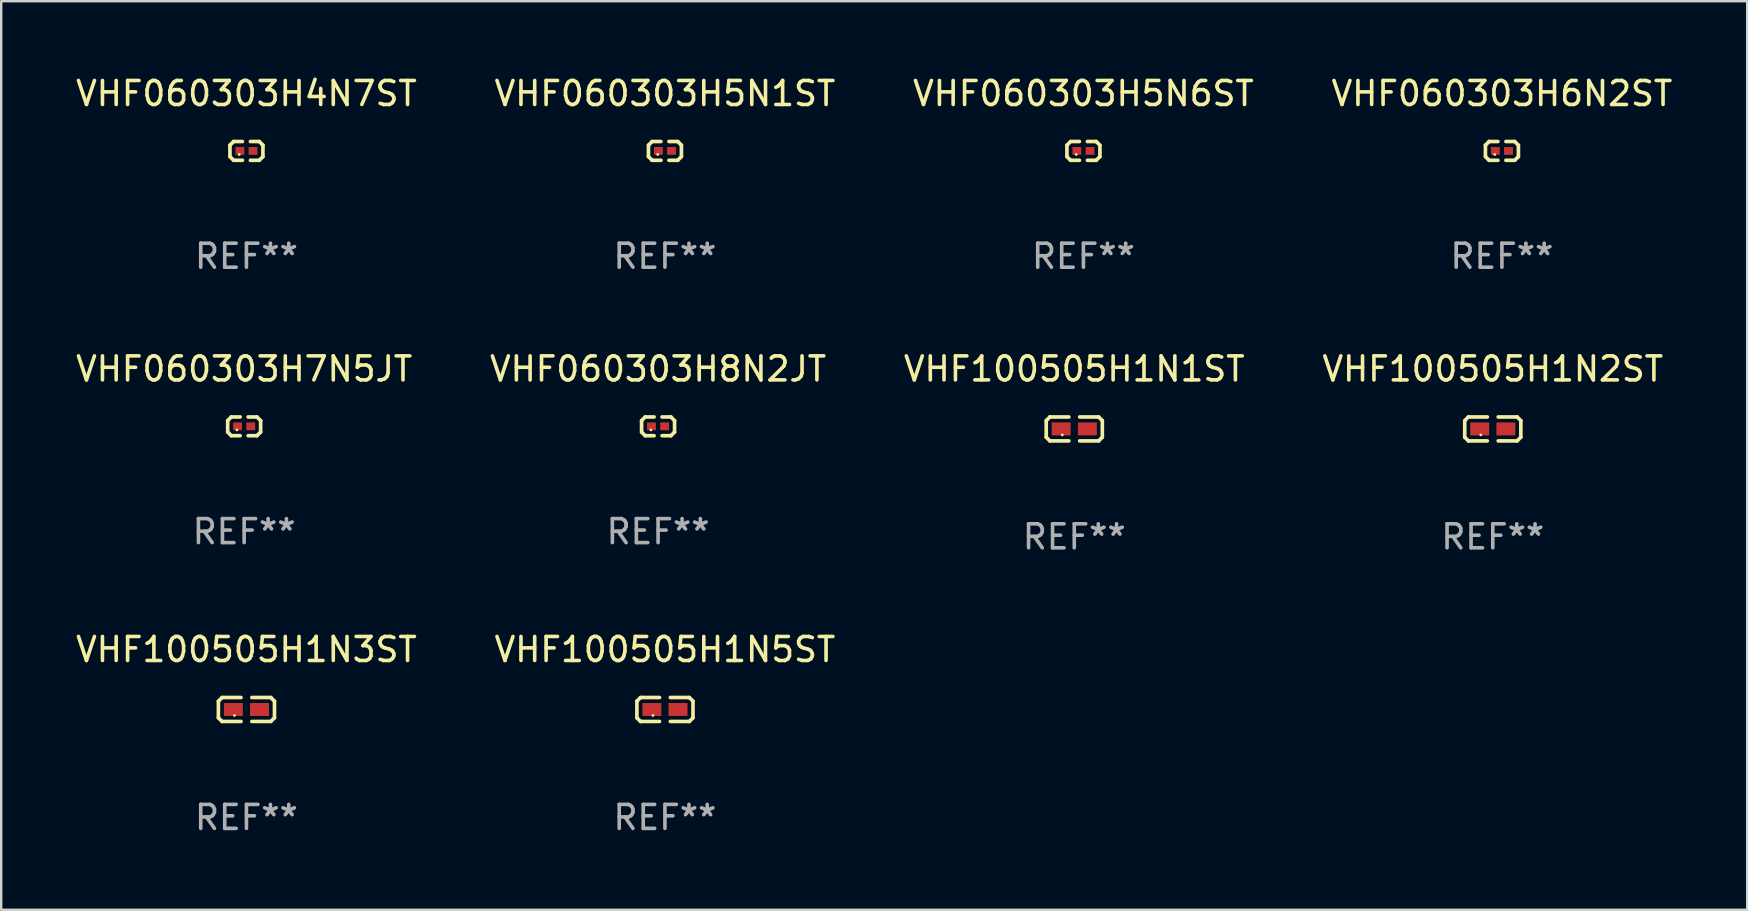
<source format=kicad_pcb>
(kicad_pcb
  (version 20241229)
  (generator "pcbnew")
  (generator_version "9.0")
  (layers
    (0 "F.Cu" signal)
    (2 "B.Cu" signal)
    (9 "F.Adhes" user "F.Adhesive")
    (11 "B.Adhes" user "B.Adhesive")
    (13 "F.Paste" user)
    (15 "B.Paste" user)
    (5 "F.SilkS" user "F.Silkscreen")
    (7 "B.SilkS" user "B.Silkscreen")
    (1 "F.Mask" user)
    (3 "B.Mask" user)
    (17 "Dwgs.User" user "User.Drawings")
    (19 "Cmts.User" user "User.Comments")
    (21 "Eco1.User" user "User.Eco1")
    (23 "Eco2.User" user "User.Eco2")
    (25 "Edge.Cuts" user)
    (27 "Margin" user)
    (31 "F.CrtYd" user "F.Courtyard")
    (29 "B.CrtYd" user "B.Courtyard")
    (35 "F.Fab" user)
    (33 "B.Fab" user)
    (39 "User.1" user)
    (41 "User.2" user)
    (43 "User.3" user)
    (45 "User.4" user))
  (footprint "VHF100505H1N3ST"
    (layer "F.Cu")
    (at 7.22 26.518)
    (property "Reference" "VHF100505H1N3ST" (at 0 -2.499 0) (layer "F.SilkS") (effects (font (size 1 1) (thickness 0.15))))
    (attr through_hole)
    (fp_line (start -1.169 -0.346) (end -1.016 -0.499) (stroke (width 0.152) (type solid)) (layer "F.SilkS"))
    (fp_line (start -1.169 0.346) (end -1.169 -0.346) (stroke (width 0.152) (type solid)) (layer "F.SilkS"))
    (fp_line (start -1.016 -0.499) (end -0.226 -0.499) (stroke (width 0.152) (type solid)) (layer "F.SilkS"))
    (fp_line (start -1.016 0.499) (end -1.169 0.346) (stroke (width 0.152) (type solid)) (layer "F.SilkS"))
    (fp_line (start -0.226 0.499) (end -1.016 0.499) (stroke (width 0.152) (type solid)) (layer "F.SilkS"))
    (fp_line (start 0.226 0.499) (end 1.016 0.499) (stroke (width 0.152) (type solid)) (layer "F.SilkS"))
    (fp_line (start 1.016 -0.499) (end 0.226 -0.499) (stroke (width 0.152) (type solid)) (layer "F.SilkS"))
    (fp_line (start 1.016 0.499) (end 1.169 0.346) (stroke (width 0.152) (type solid)) (layer "F.SilkS"))
    (fp_line (start 1.169 -0.346) (end 1.016 -0.499) (stroke (width 0.152) (type solid)) (layer "F.SilkS"))
    (fp_line (start 1.169 0.346) (end 1.169 -0.346) (stroke (width 0.152) (type solid)) (layer "F.SilkS"))
    (fp_circle (center -0.5 0.25) (end -0.47 0.25) (stroke (width 0.06) (type solid)) (fill no) (layer "F.SilkS"))
    (fp_text user "REF**" (at 0 4.499 0) (layer "F.Fab") (effects (font (size 1 1) (thickness 0.15))))
    (pad "1" smd rect (at -0.545 0) (size 0.79 0.54) (layers "F.Cu" "F.Mask" "F.Paste"))
    (pad "2" smd rect (at 0.545 0) (size 0.79 0.54) (layers "F.Cu" "F.Mask" "F.Paste")))
  (footprint "VHF060303H7N5JT"
    (layer "F.Cu")
    (at 7.125 14.717)
    (property "Reference" "VHF060303H7N5JT" (at 0 -2.391 0) (layer "F.SilkS") (effects (font (size 1 1) (thickness 0.15))))
    (attr through_hole)
    (fp_line (start -0.687 -0.238) (end -0.535 -0.391) (stroke (width 0.152) (type solid)) (layer "F.SilkS"))
    (fp_line (start -0.687 0.238) (end -0.687 -0.238) (stroke (width 0.152) (type solid)) (layer "F.SilkS"))
    (fp_line (start -0.535 -0.391) (end -0.166 -0.391) (stroke (width 0.152) (type solid)) (layer "F.SilkS"))
    (fp_line (start -0.535 0.391) (end -0.687 0.238) (stroke (width 0.152) (type solid)) (layer "F.SilkS"))
    (fp_line (start -0.166 0.391) (end -0.535 0.391) (stroke (width 0.152) (type solid)) (layer "F.SilkS"))
    (fp_line (start 0.166 0.391) (end 0.535 0.391) (stroke (width 0.152) (type solid)) (layer "F.SilkS"))
    (fp_line (start 0.535 -0.391) (end 0.166 -0.391) (stroke (width 0.152) (type solid)) (layer "F.SilkS"))
    (fp_line (start 0.535 0.391) (end 0.687 0.238) (stroke (width 0.152) (type solid)) (layer "F.SilkS"))
    (fp_line (start 0.687 -0.238) (end 0.535 -0.391) (stroke (width 0.152) (type solid)) (layer "F.SilkS"))
    (fp_line (start 0.687 0.238) (end 0.687 -0.238) (stroke (width 0.152) (type solid)) (layer "F.SilkS"))
    (fp_circle (center -0.3 0.15) (end -0.27 0.15) (stroke (width 0.06) (type solid)) (fill no) (layer "F.SilkS"))
    (fp_text user "REF**" (at 0 4.391 0) (layer "F.Fab") (effects (font (size 1 1) (thickness 0.15))))
    (pad "1" smd rect (at -0.274 0) (size 0.368 0.324) (layers "F.Cu" "F.Mask" "F.Paste"))
    (pad "2" smd rect (at 0.274 0) (size 0.368 0.324) (layers "F.Cu" "F.Mask" "F.Paste")))
  (footprint "VHF060303H4N7ST"
    (layer "F.Cu")
    (at 7.22 3.239)
    (property "Reference" "VHF060303H4N7ST" (at 0 -2.391 0) (layer "F.SilkS") (effects (font (size 1 1) (thickness 0.15))))
    (attr through_hole)
    (fp_line (start -0.687 -0.238) (end -0.535 -0.391) (stroke (width 0.152) (type solid)) (layer "F.SilkS"))
    (fp_line (start -0.687 0.238) (end -0.687 -0.238) (stroke (width 0.152) (type solid)) (layer "F.SilkS"))
    (fp_line (start -0.535 -0.391) (end -0.166 -0.391) (stroke (width 0.152) (type solid)) (layer "F.SilkS"))
    (fp_line (start -0.535 0.391) (end -0.687 0.238) (stroke (width 0.152) (type solid)) (layer "F.SilkS"))
    (fp_line (start -0.166 0.391) (end -0.535 0.391) (stroke (width 0.152) (type solid)) (layer "F.SilkS"))
    (fp_line (start 0.166 0.391) (end 0.535 0.391) (stroke (width 0.152) (type solid)) (layer "F.SilkS"))
    (fp_line (start 0.535 -0.391) (end 0.166 -0.391) (stroke (width 0.152) (type solid)) (layer "F.SilkS"))
    (fp_line (start 0.535 0.391) (end 0.687 0.238) (stroke (width 0.152) (type solid)) (layer "F.SilkS"))
    (fp_line (start 0.687 -0.238) (end 0.535 -0.391) (stroke (width 0.152) (type solid)) (layer "F.SilkS"))
    (fp_line (start 0.687 0.238) (end 0.687 -0.238) (stroke (width 0.152) (type solid)) (layer "F.SilkS"))
    (fp_circle (center -0.3 0.15) (end -0.27 0.15) (stroke (width 0.06) (type solid)) (fill no) (layer "F.SilkS"))
    (fp_text user "REF**" (at 0 4.391 0) (layer "F.Fab") (effects (font (size 1 1) (thickness 0.15))))
    (pad "1" smd rect (at -0.274 0) (size 0.368 0.324) (layers "F.Cu" "F.Mask" "F.Paste"))
    (pad "2" smd rect (at 0.274 0) (size 0.368 0.324) (layers "F.Cu" "F.Mask" "F.Paste")))
  (footprint "VHF100505H1N5ST"
    (layer "F.Cu")
    (at 24.661 26.518)
    (property "Reference" "VHF100505H1N5ST" (at 0 -2.499 0) (layer "F.SilkS") (effects (font (size 1 1) (thickness 0.15))))
    (attr through_hole)
    (fp_line (start -1.169 -0.346) (end -1.016 -0.499) (stroke (width 0.152) (type solid)) (layer "F.SilkS"))
    (fp_line (start -1.169 0.346) (end -1.169 -0.346) (stroke (width 0.152) (type solid)) (layer "F.SilkS"))
    (fp_line (start -1.016 -0.499) (end -0.226 -0.499) (stroke (width 0.152) (type solid)) (layer "F.SilkS"))
    (fp_line (start -1.016 0.499) (end -1.169 0.346) (stroke (width 0.152) (type solid)) (layer "F.SilkS"))
    (fp_line (start -0.226 0.499) (end -1.016 0.499) (stroke (width 0.152) (type solid)) (layer "F.SilkS"))
    (fp_line (start 0.226 0.499) (end 1.016 0.499) (stroke (width 0.152) (type solid)) (layer "F.SilkS"))
    (fp_line (start 1.016 -0.499) (end 0.226 -0.499) (stroke (width 0.152) (type solid)) (layer "F.SilkS"))
    (fp_line (start 1.016 0.499) (end 1.169 0.346) (stroke (width 0.152) (type solid)) (layer "F.SilkS"))
    (fp_line (start 1.169 -0.346) (end 1.016 -0.499) (stroke (width 0.152) (type solid)) (layer "F.SilkS"))
    (fp_line (start 1.169 0.346) (end 1.169 -0.346) (stroke (width 0.152) (type solid)) (layer "F.SilkS"))
    (fp_circle (center -0.5 0.25) (end -0.47 0.25) (stroke (width 0.06) (type solid)) (fill no) (layer "F.SilkS"))
    (fp_text user "REF**" (at 0 4.499 0) (layer "F.Fab") (effects (font (size 1 1) (thickness 0.15))))
    (pad "1" smd rect (at -0.545 0) (size 0.79 0.54) (layers "F.Cu" "F.Mask" "F.Paste"))
    (pad "2" smd rect (at 0.545 0) (size 0.79 0.54) (layers "F.Cu" "F.Mask" "F.Paste")))
  (footprint "VHF060303H8N2JT"
    (layer "F.Cu")
    (at 24.375 14.717)
    (property "Reference" "VHF060303H8N2JT" (at 0 -2.391 0) (layer "F.SilkS") (effects (font (size 1 1) (thickness 0.15))))
    (attr through_hole)
    (fp_line (start -0.687 -0.238) (end -0.535 -0.391) (stroke (width 0.152) (type solid)) (layer "F.SilkS"))
    (fp_line (start -0.687 0.238) (end -0.687 -0.238) (stroke (width 0.152) (type solid)) (layer "F.SilkS"))
    (fp_line (start -0.535 -0.391) (end -0.166 -0.391) (stroke (width 0.152) (type solid)) (layer "F.SilkS"))
    (fp_line (start -0.535 0.391) (end -0.687 0.238) (stroke (width 0.152) (type solid)) (layer "F.SilkS"))
    (fp_line (start -0.166 0.391) (end -0.535 0.391) (stroke (width 0.152) (type solid)) (layer "F.SilkS"))
    (fp_line (start 0.166 0.391) (end 0.535 0.391) (stroke (width 0.152) (type solid)) (layer "F.SilkS"))
    (fp_line (start 0.535 -0.391) (end 0.166 -0.391) (stroke (width 0.152) (type solid)) (layer "F.SilkS"))
    (fp_line (start 0.535 0.391) (end 0.687 0.238) (stroke (width 0.152) (type solid)) (layer "F.SilkS"))
    (fp_line (start 0.687 -0.238) (end 0.535 -0.391) (stroke (width 0.152) (type solid)) (layer "F.SilkS"))
    (fp_line (start 0.687 0.238) (end 0.687 -0.238) (stroke (width 0.152) (type solid)) (layer "F.SilkS"))
    (fp_circle (center -0.3 0.15) (end -0.27 0.15) (stroke (width 0.06) (type solid)) (fill no) (layer "F.SilkS"))
    (fp_text user "REF**" (at 0 4.391 0) (layer "F.Fab") (effects (font (size 1 1) (thickness 0.15))))
    (pad "1" smd rect (at -0.274 0) (size 0.368 0.324) (layers "F.Cu" "F.Mask" "F.Paste"))
    (pad "2" smd rect (at 0.274 0) (size 0.368 0.324) (layers "F.Cu" "F.Mask" "F.Paste")))
  (footprint "VHF100505H1N1ST"
    (layer "F.Cu")
    (at 41.72 14.825)
    (property "Reference" "VHF100505H1N1ST" (at 0 -2.499 0) (layer "F.SilkS") (effects (font (size 1 1) (thickness 0.15))))
    (attr through_hole)
    (fp_line (start -1.169 -0.346) (end -1.016 -0.499) (stroke (width 0.152) (type solid)) (layer "F.SilkS"))
    (fp_line (start -1.169 0.346) (end -1.169 -0.346) (stroke (width 0.152) (type solid)) (layer "F.SilkS"))
    (fp_line (start -1.016 -0.499) (end -0.226 -0.499) (stroke (width 0.152) (type solid)) (layer "F.SilkS"))
    (fp_line (start -1.016 0.499) (end -1.169 0.346) (stroke (width 0.152) (type solid)) (layer "F.SilkS"))
    (fp_line (start -0.226 0.499) (end -1.016 0.499) (stroke (width 0.152) (type solid)) (layer "F.SilkS"))
    (fp_line (start 0.226 0.499) (end 1.016 0.499) (stroke (width 0.152) (type solid)) (layer "F.SilkS"))
    (fp_line (start 1.016 -0.499) (end 0.226 -0.499) (stroke (width 0.152) (type solid)) (layer "F.SilkS"))
    (fp_line (start 1.016 0.499) (end 1.169 0.346) (stroke (width 0.152) (type solid)) (layer "F.SilkS"))
    (fp_line (start 1.169 -0.346) (end 1.016 -0.499) (stroke (width 0.152) (type solid)) (layer "F.SilkS"))
    (fp_line (start 1.169 0.346) (end 1.169 -0.346) (stroke (width 0.152) (type solid)) (layer "F.SilkS"))
    (fp_circle (center -0.5 0.25) (end -0.47 0.25) (stroke (width 0.06) (type solid)) (fill no) (layer "F.SilkS"))
    (fp_text user "REF**" (at 0 4.499 0) (layer "F.Fab") (effects (font (size 1 1) (thickness 0.15))))
    (pad "1" smd rect (at -0.545 0) (size 0.79 0.54) (layers "F.Cu" "F.Mask" "F.Paste"))
    (pad "2" smd rect (at 0.545 0) (size 0.79 0.54) (layers "F.Cu" "F.Mask" "F.Paste")))
  (footprint "VHF060303H5N1ST"
    (layer "F.Cu")
    (at 24.661 3.239)
    (property "Reference" "VHF060303H5N1ST" (at 0 -2.391 0) (layer "F.SilkS") (effects (font (size 1 1) (thickness 0.15))))
    (attr through_hole)
    (fp_line (start -0.687 -0.238) (end -0.535 -0.391) (stroke (width 0.152) (type solid)) (layer "F.SilkS"))
    (fp_line (start -0.687 0.238) (end -0.687 -0.238) (stroke (width 0.152) (type solid)) (layer "F.SilkS"))
    (fp_line (start -0.535 -0.391) (end -0.166 -0.391) (stroke (width 0.152) (type solid)) (layer "F.SilkS"))
    (fp_line (start -0.535 0.391) (end -0.687 0.238) (stroke (width 0.152) (type solid)) (layer "F.SilkS"))
    (fp_line (start -0.166 0.391) (end -0.535 0.391) (stroke (width 0.152) (type solid)) (layer "F.SilkS"))
    (fp_line (start 0.166 0.391) (end 0.535 0.391) (stroke (width 0.152) (type solid)) (layer "F.SilkS"))
    (fp_line (start 0.535 -0.391) (end 0.166 -0.391) (stroke (width 0.152) (type solid)) (layer "F.SilkS"))
    (fp_line (start 0.535 0.391) (end 0.687 0.238) (stroke (width 0.152) (type solid)) (layer "F.SilkS"))
    (fp_line (start 0.687 -0.238) (end 0.535 -0.391) (stroke (width 0.152) (type solid)) (layer "F.SilkS"))
    (fp_line (start 0.687 0.238) (end 0.687 -0.238) (stroke (width 0.152) (type solid)) (layer "F.SilkS"))
    (fp_circle (center -0.3 0.15) (end -0.27 0.15) (stroke (width 0.06) (type solid)) (fill no) (layer "F.SilkS"))
    (fp_text user "REF**" (at 0 4.391 0) (layer "F.Fab") (effects (font (size 1 1) (thickness 0.15))))
    (pad "1" smd rect (at -0.274 0) (size 0.368 0.324) (layers "F.Cu" "F.Mask" "F.Paste"))
    (pad "2" smd rect (at 0.274 0) (size 0.368 0.324) (layers "F.Cu" "F.Mask" "F.Paste")))
  (footprint "VHF100505H1N2ST"
    (layer "F.Cu")
    (at 59.161 14.825)
    (property "Reference" "VHF100505H1N2ST" (at 0 -2.499 0) (layer "F.SilkS") (effects (font (size 1 1) (thickness 0.15))))
    (attr through_hole)
    (fp_line (start -1.169 -0.346) (end -1.016 -0.499) (stroke (width 0.152) (type solid)) (layer "F.SilkS"))
    (fp_line (start -1.169 0.346) (end -1.169 -0.346) (stroke (width 0.152) (type solid)) (layer "F.SilkS"))
    (fp_line (start -1.016 -0.499) (end -0.226 -0.499) (stroke (width 0.152) (type solid)) (layer "F.SilkS"))
    (fp_line (start -1.016 0.499) (end -1.169 0.346) (stroke (width 0.152) (type solid)) (layer "F.SilkS"))
    (fp_line (start -0.226 0.499) (end -1.016 0.499) (stroke (width 0.152) (type solid)) (layer "F.SilkS"))
    (fp_line (start 0.226 0.499) (end 1.016 0.499) (stroke (width 0.152) (type solid)) (layer "F.SilkS"))
    (fp_line (start 1.016 -0.499) (end 0.226 -0.499) (stroke (width 0.152) (type solid)) (layer "F.SilkS"))
    (fp_line (start 1.016 0.499) (end 1.169 0.346) (stroke (width 0.152) (type solid)) (layer "F.SilkS"))
    (fp_line (start 1.169 -0.346) (end 1.016 -0.499) (stroke (width 0.152) (type solid)) (layer "F.SilkS"))
    (fp_line (start 1.169 0.346) (end 1.169 -0.346) (stroke (width 0.152) (type solid)) (layer "F.SilkS"))
    (fp_circle (center -0.5 0.25) (end -0.47 0.25) (stroke (width 0.06) (type solid)) (fill no) (layer "F.SilkS"))
    (fp_text user "REF**" (at 0 4.499 0) (layer "F.Fab") (effects (font (size 1 1) (thickness 0.15))))
    (pad "1" smd rect (at -0.545 0) (size 0.79 0.54) (layers "F.Cu" "F.Mask" "F.Paste"))
    (pad "2" smd rect (at 0.545 0) (size 0.79 0.54) (layers "F.Cu" "F.Mask" "F.Paste")))
  (footprint "VHF060303H5N6ST"
    (layer "F.Cu")
    (at 42.101 3.239)
    (property "Reference" "VHF060303H5N6ST" (at 0 -2.391 0) (layer "F.SilkS") (effects (font (size 1 1) (thickness 0.15))))
    (attr through_hole)
    (fp_line (start -0.687 -0.238) (end -0.535 -0.391) (stroke (width 0.152) (type solid)) (layer "F.SilkS"))
    (fp_line (start -0.687 0.238) (end -0.687 -0.238) (stroke (width 0.152) (type solid)) (layer "F.SilkS"))
    (fp_line (start -0.535 -0.391) (end -0.166 -0.391) (stroke (width 0.152) (type solid)) (layer "F.SilkS"))
    (fp_line (start -0.535 0.391) (end -0.687 0.238) (stroke (width 0.152) (type solid)) (layer "F.SilkS"))
    (fp_line (start -0.166 0.391) (end -0.535 0.391) (stroke (width 0.152) (type solid)) (layer "F.SilkS"))
    (fp_line (start 0.166 0.391) (end 0.535 0.391) (stroke (width 0.152) (type solid)) (layer "F.SilkS"))
    (fp_line (start 0.535 -0.391) (end 0.166 -0.391) (stroke (width 0.152) (type solid)) (layer "F.SilkS"))
    (fp_line (start 0.535 0.391) (end 0.687 0.238) (stroke (width 0.152) (type solid)) (layer "F.SilkS"))
    (fp_line (start 0.687 -0.238) (end 0.535 -0.391) (stroke (width 0.152) (type solid)) (layer "F.SilkS"))
    (fp_line (start 0.687 0.238) (end 0.687 -0.238) (stroke (width 0.152) (type solid)) (layer "F.SilkS"))
    (fp_circle (center -0.3 0.15) (end -0.27 0.15) (stroke (width 0.06) (type solid)) (fill no) (layer "F.SilkS"))
    (fp_text user "REF**" (at 0 4.391 0) (layer "F.Fab") (effects (font (size 1 1) (thickness 0.15))))
    (pad "1" smd rect (at -0.274 0) (size 0.368 0.324) (layers "F.Cu" "F.Mask" "F.Paste"))
    (pad "2" smd rect (at 0.274 0) (size 0.368 0.324) (layers "F.Cu" "F.Mask" "F.Paste")))
  (footprint "VHF060303H6N2ST"
    (layer "F.Cu")
    (at 59.542 3.239)
    (property "Reference" "VHF060303H6N2ST" (at 0 -2.391 0) (layer "F.SilkS") (effects (font (size 1 1) (thickness 0.15))))
    (attr through_hole)
    (fp_line (start -0.687 -0.238) (end -0.535 -0.391) (stroke (width 0.152) (type solid)) (layer "F.SilkS"))
    (fp_line (start -0.687 0.238) (end -0.687 -0.238) (stroke (width 0.152) (type solid)) (layer "F.SilkS"))
    (fp_line (start -0.535 -0.391) (end -0.166 -0.391) (stroke (width 0.152) (type solid)) (layer "F.SilkS"))
    (fp_line (start -0.535 0.391) (end -0.687 0.238) (stroke (width 0.152) (type solid)) (layer "F.SilkS"))
    (fp_line (start -0.166 0.391) (end -0.535 0.391) (stroke (width 0.152) (type solid)) (layer "F.SilkS"))
    (fp_line (start 0.166 0.391) (end 0.535 0.391) (stroke (width 0.152) (type solid)) (layer "F.SilkS"))
    (fp_line (start 0.535 -0.391) (end 0.166 -0.391) (stroke (width 0.152) (type solid)) (layer "F.SilkS"))
    (fp_line (start 0.535 0.391) (end 0.687 0.238) (stroke (width 0.152) (type solid)) (layer "F.SilkS"))
    (fp_line (start 0.687 -0.238) (end 0.535 -0.391) (stroke (width 0.152) (type solid)) (layer "F.SilkS"))
    (fp_line (start 0.687 0.238) (end 0.687 -0.238) (stroke (width 0.152) (type solid)) (layer "F.SilkS"))
    (fp_circle (center -0.3 0.15) (end -0.27 0.15) (stroke (width 0.06) (type solid)) (fill no) (layer "F.SilkS"))
    (fp_text user "REF**" (at 0 4.391 0) (layer "F.Fab") (effects (font (size 1 1) (thickness 0.15))))
    (pad "1" smd rect (at -0.274 0) (size 0.368 0.324) (layers "F.Cu" "F.Mask" "F.Paste"))
    (pad "2" smd rect (at 0.274 0) (size 0.368 0.324) (layers "F.Cu" "F.Mask" "F.Paste")))
  (gr_rect
    (start -3 -3)
    (end 69.762 34.865)
    (stroke (width 0.1) (type default))
    (fill no)
    (layer "Edge.Cuts")))
</source>
